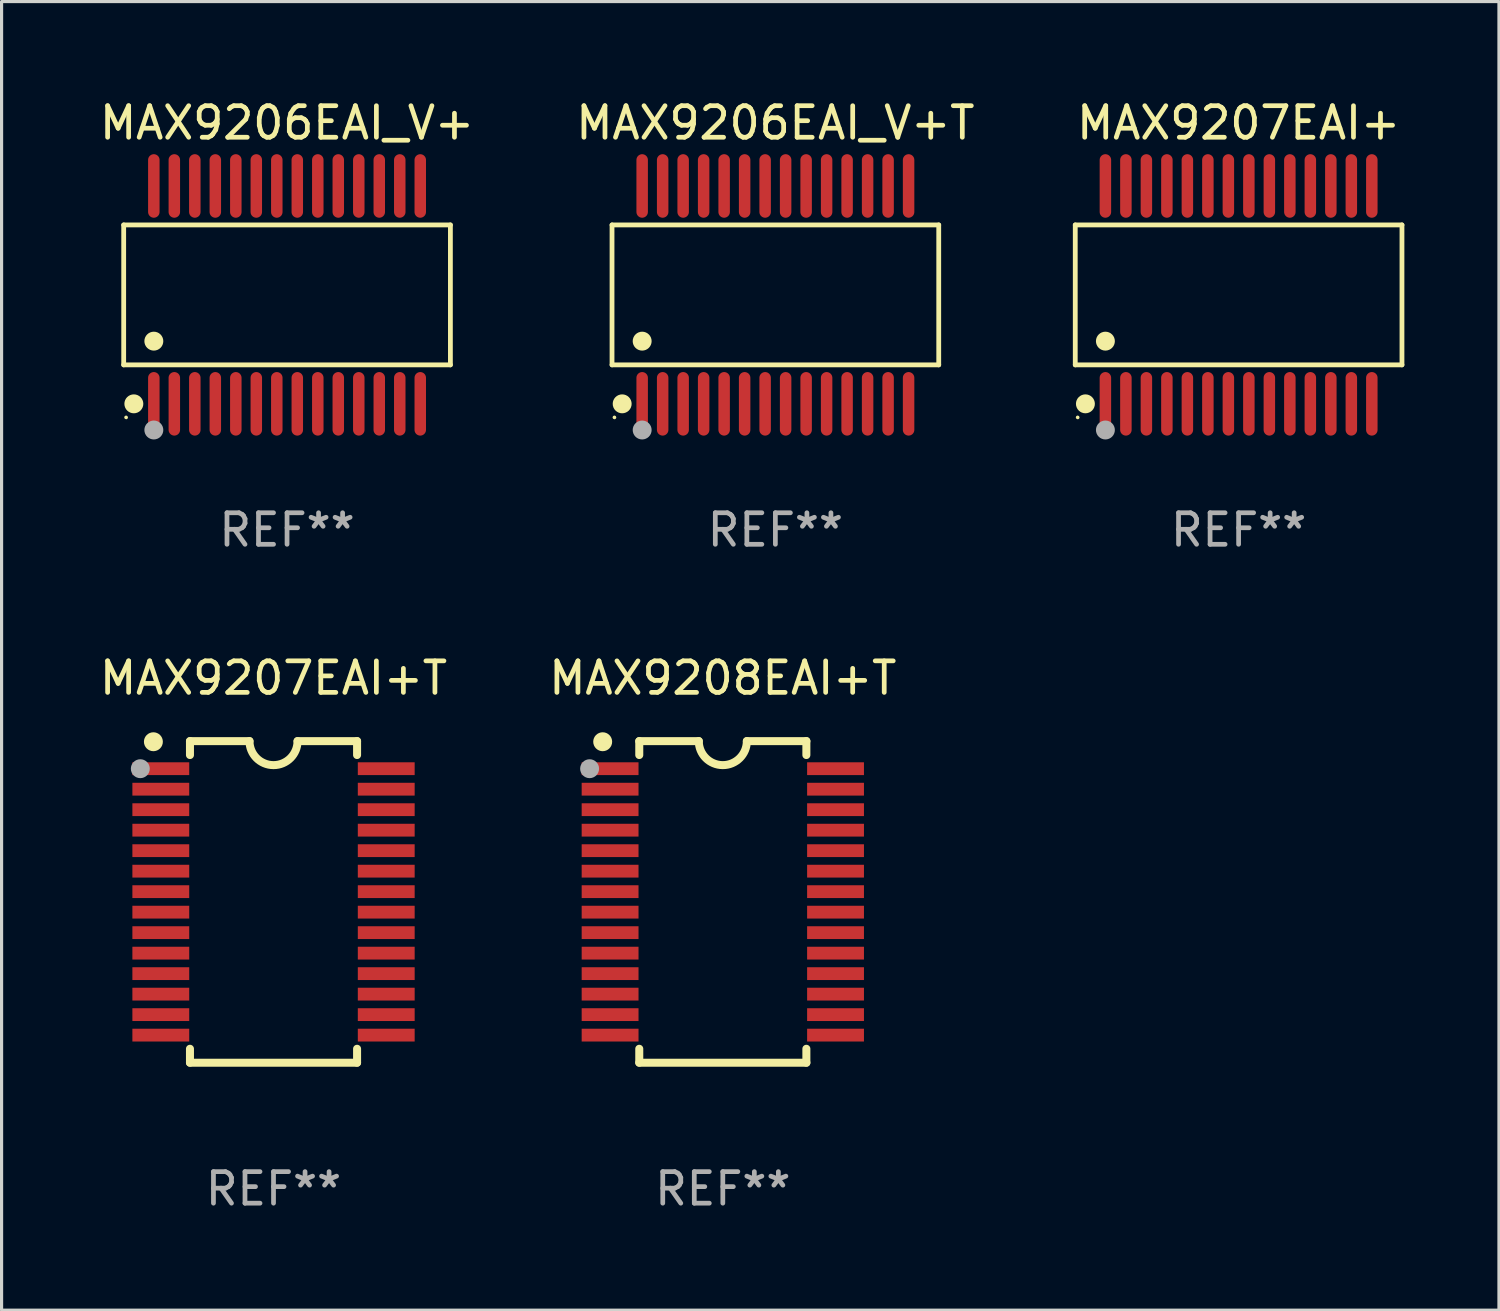
<source format=kicad_pcb>
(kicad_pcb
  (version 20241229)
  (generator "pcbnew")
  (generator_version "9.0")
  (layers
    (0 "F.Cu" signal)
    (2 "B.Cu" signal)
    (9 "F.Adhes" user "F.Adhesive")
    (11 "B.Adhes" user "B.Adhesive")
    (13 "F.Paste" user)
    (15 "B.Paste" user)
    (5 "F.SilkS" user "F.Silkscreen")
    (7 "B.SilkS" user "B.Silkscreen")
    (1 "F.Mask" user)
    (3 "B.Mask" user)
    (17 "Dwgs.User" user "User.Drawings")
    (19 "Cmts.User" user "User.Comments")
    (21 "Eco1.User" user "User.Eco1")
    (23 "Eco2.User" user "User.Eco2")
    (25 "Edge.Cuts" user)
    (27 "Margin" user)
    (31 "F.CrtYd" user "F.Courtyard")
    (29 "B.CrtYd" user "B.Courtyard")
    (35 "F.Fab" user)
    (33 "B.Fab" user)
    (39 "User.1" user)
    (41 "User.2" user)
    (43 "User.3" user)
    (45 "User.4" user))
  (footprint "MAX9208EAI+T"
    (layer "F.Cu")
    (at 19.875 25.555)
    (property "Reference" "MAX9208EAI+T" (at 0 -7.1 0) (layer "F.SilkS") (effects (font (size 1 1) (thickness 0.15))))
    (attr through_hole)
    (fp_line (start -2.65 -5.1) (end -0.762 -5.1) (stroke (width 0.254) (type solid)) (layer "F.SilkS"))
    (fp_line (start -2.65 -4.658) (end -2.65 -5.1) (stroke (width 0.254) (type solid)) (layer "F.SilkS"))
    (fp_line (start -2.65 5.1) (end -2.65 4.658) (stroke (width 0.254) (type solid)) (layer "F.SilkS"))
    (fp_line (start -2.65 5.1) (end 2.65 5.1) (stroke (width 0.254) (type solid)) (layer "F.SilkS"))
    (fp_line (start 2.65 -5.1) (end 0.762 -5.1) (stroke (width 0.254) (type solid)) (layer "F.SilkS"))
    (fp_line (start 2.65 -5.1) (end 2.65 -4.658) (stroke (width 0.254) (type solid)) (layer "F.SilkS"))
    (fp_line (start 2.65 4.658) (end 2.65 5.1) (stroke (width 0.254) (type solid)) (layer "F.SilkS"))
    (fp_arc (start 0.761925 -5.1) (mid -0.000241 -4.338329) (end -0.762077 -5.10033) (stroke (width 0.254001) (type solid)) (layer "F.SilkS"))
    (fp_circle (center -3.858 -5.07) (end -3.828 -5.07) (stroke (width 0.06) (type solid)) (fill no) (layer "F.SilkS"))
    (fp_circle (center -3.81 -5.08) (end -3.66 -5.08) (stroke (width 0.3) (type solid)) (fill no) (layer "F.SilkS"))
    (fp_circle (center -4.225 -4.225) (end -4.075 -4.225) (stroke (width 0.3) (type solid)) (fill no) (layer "F.Fab"))
    (fp_text user "REF**" (at 0 9.1 0) (layer "F.Fab") (effects (font (size 1 1) (thickness 0.15))))
    (pad "1" smd rect (at -3.575 -4.225) (size 1.803 0.406) (layers "F.Cu" "F.Mask" "F.Paste"))
    (pad "2" smd rect (at -3.575 -3.575) (size 1.803 0.406) (layers "F.Cu" "F.Mask" "F.Paste"))
    (pad "3" smd rect (at -3.575 -2.925) (size 1.803 0.406) (layers "F.Cu" "F.Mask" "F.Paste"))
    (pad "4" smd rect (at -3.575 -2.275) (size 1.803 0.406) (layers "F.Cu" "F.Mask" "F.Paste"))
    (pad "5" smd rect (at -3.575 -1.625) (size 1.803 0.406) (layers "F.Cu" "F.Mask" "F.Paste"))
    (pad "6" smd rect (at -3.575 -0.975) (size 1.803 0.406) (layers "F.Cu" "F.Mask" "F.Paste"))
    (pad "7" smd rect (at -3.575 -0.325) (size 1.803 0.406) (layers "F.Cu" "F.Mask" "F.Paste"))
    (pad "8" smd rect (at -3.575 0.325) (size 1.803 0.406) (layers "F.Cu" "F.Mask" "F.Paste"))
    (pad "9" smd rect (at -3.575 0.975) (size 1.803 0.406) (layers "F.Cu" "F.Mask" "F.Paste"))
    (pad "10" smd rect (at -3.575 1.625) (size 1.803 0.406) (layers "F.Cu" "F.Mask" "F.Paste"))
    (pad "11" smd rect (at -3.575 2.275) (size 1.803 0.406) (layers "F.Cu" "F.Mask" "F.Paste"))
    (pad "12" smd rect (at -3.575 2.925) (size 1.803 0.406) (layers "F.Cu" "F.Mask" "F.Paste"))
    (pad "13" smd rect (at -3.575 3.575) (size 1.803 0.406) (layers "F.Cu" "F.Mask" "F.Paste"))
    (pad "14" smd rect (at -3.575 4.225) (size 1.803 0.406) (layers "F.Cu" "F.Mask" "F.Paste"))
    (pad "15" smd rect (at 3.575 4.225) (size 1.803 0.406) (layers "F.Cu" "F.Mask" "F.Paste"))
    (pad "16" smd rect (at 3.575 3.575) (size 1.803 0.406) (layers "F.Cu" "F.Mask" "F.Paste"))
    (pad "17" smd rect (at 3.575 2.925) (size 1.803 0.406) (layers "F.Cu" "F.Mask" "F.Paste"))
    (pad "18" smd rect (at 3.575 2.275) (size 1.803 0.406) (layers "F.Cu" "F.Mask" "F.Paste"))
    (pad "19" smd rect (at 3.575 1.625) (size 1.803 0.406) (layers "F.Cu" "F.Mask" "F.Paste"))
    (pad "20" smd rect (at 3.575 0.975) (size 1.803 0.406) (layers "F.Cu" "F.Mask" "F.Paste"))
    (pad "21" smd rect (at 3.575 0.325) (size 1.803 0.406) (layers "F.Cu" "F.Mask" "F.Paste"))
    (pad "22" smd rect (at 3.575 -0.325) (size 1.803 0.406) (layers "F.Cu" "F.Mask" "F.Paste"))
    (pad "23" smd rect (at 3.575 -0.975) (size 1.803 0.406) (layers "F.Cu" "F.Mask" "F.Paste"))
    (pad "24" smd rect (at 3.575 -1.625) (size 1.803 0.406) (layers "F.Cu" "F.Mask" "F.Paste"))
    (pad "25" smd rect (at 3.575 -2.275) (size 1.803 0.406) (layers "F.Cu" "F.Mask" "F.Paste"))
    (pad "26" smd rect (at 3.575 -2.925) (size 1.803 0.406) (layers "F.Cu" "F.Mask" "F.Paste"))
    (pad "27" smd rect (at 3.575 -3.575) (size 1.803 0.406) (layers "F.Cu" "F.Mask" "F.Paste"))
    (pad "28" smd rect (at 3.575 -4.225) (size 1.803 0.406) (layers "F.Cu" "F.Mask" "F.Paste")))
  (footprint "MAX9207EAI+T"
    (layer "F.Cu")
    (at 5.625 25.555)
    (property "Reference" "MAX9207EAI+T" (at 0 -7.1 0) (layer "F.SilkS") (effects (font (size 1 1) (thickness 0.15))))
    (attr through_hole)
    (fp_line (start -2.65 -5.1) (end -0.762 -5.1) (stroke (width 0.254) (type solid)) (layer "F.SilkS"))
    (fp_line (start -2.65 -4.658) (end -2.65 -5.1) (stroke (width 0.254) (type solid)) (layer "F.SilkS"))
    (fp_line (start -2.65 5.1) (end -2.65 4.658) (stroke (width 0.254) (type solid)) (layer "F.SilkS"))
    (fp_line (start -2.65 5.1) (end 2.65 5.1) (stroke (width 0.254) (type solid)) (layer "F.SilkS"))
    (fp_line (start 2.65 -5.1) (end 0.762 -5.1) (stroke (width 0.254) (type solid)) (layer "F.SilkS"))
    (fp_line (start 2.65 -5.1) (end 2.65 -4.658) (stroke (width 0.254) (type solid)) (layer "F.SilkS"))
    (fp_line (start 2.65 4.658) (end 2.65 5.1) (stroke (width 0.254) (type solid)) (layer "F.SilkS"))
    (fp_arc (start 0.761925 -5.1) (mid -0.000241 -4.338329) (end -0.762077 -5.10033) (stroke (width 0.254001) (type solid)) (layer "F.SilkS"))
    (fp_circle (center -3.858 -5.07) (end -3.828 -5.07) (stroke (width 0.06) (type solid)) (fill no) (layer "F.SilkS"))
    (fp_circle (center -3.81 -5.08) (end -3.66 -5.08) (stroke (width 0.3) (type solid)) (fill no) (layer "F.SilkS"))
    (fp_circle (center -4.225 -4.225) (end -4.075 -4.225) (stroke (width 0.3) (type solid)) (fill no) (layer "F.Fab"))
    (fp_text user "REF**" (at 0 9.1 0) (layer "F.Fab") (effects (font (size 1 1) (thickness 0.15))))
    (pad "1" smd rect (at -3.575 -4.225) (size 1.803 0.406) (layers "F.Cu" "F.Mask" "F.Paste"))
    (pad "2" smd rect (at -3.575 -3.575) (size 1.803 0.406) (layers "F.Cu" "F.Mask" "F.Paste"))
    (pad "3" smd rect (at -3.575 -2.925) (size 1.803 0.406) (layers "F.Cu" "F.Mask" "F.Paste"))
    (pad "4" smd rect (at -3.575 -2.275) (size 1.803 0.406) (layers "F.Cu" "F.Mask" "F.Paste"))
    (pad "5" smd rect (at -3.575 -1.625) (size 1.803 0.406) (layers "F.Cu" "F.Mask" "F.Paste"))
    (pad "6" smd rect (at -3.575 -0.975) (size 1.803 0.406) (layers "F.Cu" "F.Mask" "F.Paste"))
    (pad "7" smd rect (at -3.575 -0.325) (size 1.803 0.406) (layers "F.Cu" "F.Mask" "F.Paste"))
    (pad "8" smd rect (at -3.575 0.325) (size 1.803 0.406) (layers "F.Cu" "F.Mask" "F.Paste"))
    (pad "9" smd rect (at -3.575 0.975) (size 1.803 0.406) (layers "F.Cu" "F.Mask" "F.Paste"))
    (pad "10" smd rect (at -3.575 1.625) (size 1.803 0.406) (layers "F.Cu" "F.Mask" "F.Paste"))
    (pad "11" smd rect (at -3.575 2.275) (size 1.803 0.406) (layers "F.Cu" "F.Mask" "F.Paste"))
    (pad "12" smd rect (at -3.575 2.925) (size 1.803 0.406) (layers "F.Cu" "F.Mask" "F.Paste"))
    (pad "13" smd rect (at -3.575 3.575) (size 1.803 0.406) (layers "F.Cu" "F.Mask" "F.Paste"))
    (pad "14" smd rect (at -3.575 4.225) (size 1.803 0.406) (layers "F.Cu" "F.Mask" "F.Paste"))
    (pad "15" smd rect (at 3.575 4.225) (size 1.803 0.406) (layers "F.Cu" "F.Mask" "F.Paste"))
    (pad "16" smd rect (at 3.575 3.575) (size 1.803 0.406) (layers "F.Cu" "F.Mask" "F.Paste"))
    (pad "17" smd rect (at 3.575 2.925) (size 1.803 0.406) (layers "F.Cu" "F.Mask" "F.Paste"))
    (pad "18" smd rect (at 3.575 2.275) (size 1.803 0.406) (layers "F.Cu" "F.Mask" "F.Paste"))
    (pad "19" smd rect (at 3.575 1.625) (size 1.803 0.406) (layers "F.Cu" "F.Mask" "F.Paste"))
    (pad "20" smd rect (at 3.575 0.975) (size 1.803 0.406) (layers "F.Cu" "F.Mask" "F.Paste"))
    (pad "21" smd rect (at 3.575 0.325) (size 1.803 0.406) (layers "F.Cu" "F.Mask" "F.Paste"))
    (pad "22" smd rect (at 3.575 -0.325) (size 1.803 0.406) (layers "F.Cu" "F.Mask" "F.Paste"))
    (pad "23" smd rect (at 3.575 -0.975) (size 1.803 0.406) (layers "F.Cu" "F.Mask" "F.Paste"))
    (pad "24" smd rect (at 3.575 -1.625) (size 1.803 0.406) (layers "F.Cu" "F.Mask" "F.Paste"))
    (pad "25" smd rect (at 3.575 -2.275) (size 1.803 0.406) (layers "F.Cu" "F.Mask" "F.Paste"))
    (pad "26" smd rect (at 3.575 -2.925) (size 1.803 0.406) (layers "F.Cu" "F.Mask" "F.Paste"))
    (pad "27" smd rect (at 3.575 -3.575) (size 1.803 0.406) (layers "F.Cu" "F.Mask" "F.Paste"))
    (pad "28" smd rect (at 3.575 -4.225) (size 1.803 0.406) (layers "F.Cu" "F.Mask" "F.Paste")))
  (footprint "MAX9206EAI_V+"
    (layer "F.Cu")
    (at 6.054 6.303)
    (property "Reference" "MAX9206EAI_V+" (at 0 -5.455 0) (layer "F.SilkS") (effects (font (size 1 1) (thickness 0.15))))
    (attr through_hole)
    (fp_line (start -5.181 -2.219) (end 5.181 -2.219) (stroke (width 0.152) (type solid)) (layer "F.SilkS"))
    (fp_line (start -5.181 2.219) (end -5.181 -2.219) (stroke (width 0.152) (type solid)) (layer "F.SilkS"))
    (fp_line (start 5.181 -2.219) (end 5.181 2.219) (stroke (width 0.152) (type solid)) (layer "F.SilkS"))
    (fp_line (start 5.181 2.219) (end -5.181 2.219) (stroke (width 0.152) (type solid)) (layer "F.SilkS"))
    (fp_circle (center -5.105 3.885) (end -5.075 3.885) (stroke (width 0.06) (type solid)) (fill no) (layer "F.SilkS"))
    (fp_circle (center -4.859 3.455) (end -4.709 3.455) (stroke (width 0.3) (type solid)) (fill no) (layer "F.SilkS"))
    (fp_circle (center -4.225 1.467) (end -4.075 1.467) (stroke (width 0.3) (type solid)) (fill no) (layer "F.SilkS"))
    (fp_circle (center -4.225 4.285) (end -4.075 4.285) (stroke (width 0.3) (type solid)) (fill no) (layer "F.Fab"))
    (fp_text user "REF**" (at 0 7.455 0) (layer "F.Fab") (effects (font (size 1 1) (thickness 0.15))))
    (pad "1" smd oval (at -4.225 3.455) (size 0.364 2.015) (layers "F.Cu" "F.Mask" "F.Paste"))
    (pad "2" smd oval (at -3.575 3.455) (size 0.364 2.015) (layers "F.Cu" "F.Mask" "F.Paste"))
    (pad "3" smd oval (at -2.925 3.455) (size 0.364 2.015) (layers "F.Cu" "F.Mask" "F.Paste"))
    (pad "4" smd oval (at -2.275 3.455) (size 0.364 2.015) (layers "F.Cu" "F.Mask" "F.Paste"))
    (pad "5" smd oval (at -1.625 3.455) (size 0.364 2.015) (layers "F.Cu" "F.Mask" "F.Paste"))
    (pad "6" smd oval (at -0.975 3.455) (size 0.364 2.015) (layers "F.Cu" "F.Mask" "F.Paste"))
    (pad "7" smd oval (at -0.325 3.455) (size 0.364 2.015) (layers "F.Cu" "F.Mask" "F.Paste"))
    (pad "8" smd oval (at 0.325 3.455) (size 0.364 2.015) (layers "F.Cu" "F.Mask" "F.Paste"))
    (pad "9" smd oval (at 0.975 3.455) (size 0.364 2.015) (layers "F.Cu" "F.Mask" "F.Paste"))
    (pad "10" smd oval (at 1.625 3.455) (size 0.364 2.015) (layers "F.Cu" "F.Mask" "F.Paste"))
    (pad "11" smd oval (at 2.275 3.455) (size 0.364 2.015) (layers "F.Cu" "F.Mask" "F.Paste"))
    (pad "12" smd oval (at 2.925 3.455) (size 0.364 2.015) (layers "F.Cu" "F.Mask" "F.Paste"))
    (pad "13" smd oval (at 3.575 3.455) (size 0.364 2.015) (layers "F.Cu" "F.Mask" "F.Paste"))
    (pad "14" smd oval (at 4.225 3.455) (size 0.364 2.015) (layers "F.Cu" "F.Mask" "F.Paste"))
    (pad "15" smd oval (at 4.225 -3.455) (size 0.364 2.015) (layers "F.Cu" "F.Mask" "F.Paste"))
    (pad "16" smd oval (at 3.575 -3.455) (size 0.364 2.015) (layers "F.Cu" "F.Mask" "F.Paste"))
    (pad "17" smd oval (at 2.925 -3.455) (size 0.364 2.015) (layers "F.Cu" "F.Mask" "F.Paste"))
    (pad "18" smd oval (at 2.275 -3.455) (size 0.364 2.015) (layers "F.Cu" "F.Mask" "F.Paste"))
    (pad "19" smd oval (at 1.625 -3.455) (size 0.364 2.015) (layers "F.Cu" "F.Mask" "F.Paste"))
    (pad "20" smd oval (at 0.975 -3.455) (size 0.364 2.015) (layers "F.Cu" "F.Mask" "F.Paste"))
    (pad "21" smd oval (at 0.325 -3.455) (size 0.364 2.015) (layers "F.Cu" "F.Mask" "F.Paste"))
    (pad "22" smd oval (at -0.325 -3.455) (size 0.364 2.015) (layers "F.Cu" "F.Mask" "F.Paste"))
    (pad "23" smd oval (at -0.975 -3.455) (size 0.364 2.015) (layers "F.Cu" "F.Mask" "F.Paste"))
    (pad "24" smd oval (at -1.625 -3.455) (size 0.364 2.015) (layers "F.Cu" "F.Mask" "F.Paste"))
    (pad "25" smd oval (at -2.275 -3.455) (size 0.364 2.015) (layers "F.Cu" "F.Mask" "F.Paste"))
    (pad "26" smd oval (at -2.925 -3.455) (size 0.364 2.015) (layers "F.Cu" "F.Mask" "F.Paste"))
    (pad "27" smd oval (at -3.575 -3.455) (size 0.364 2.015) (layers "F.Cu" "F.Mask" "F.Paste"))
    (pad "28" smd oval (at -4.225 -3.455) (size 0.364 2.015) (layers "F.Cu" "F.Mask" "F.Paste")))
  (footprint "MAX9206EAI_V+T"
    (layer "F.Cu")
    (at 21.542 6.303)
    (property "Reference" "MAX9206EAI_V+T" (at 0 -5.455 0) (layer "F.SilkS") (effects (font (size 1 1) (thickness 0.15))))
    (attr through_hole)
    (fp_line (start -5.181 -2.219) (end 5.181 -2.219) (stroke (width 0.152) (type solid)) (layer "F.SilkS"))
    (fp_line (start -5.181 2.219) (end -5.181 -2.219) (stroke (width 0.152) (type solid)) (layer "F.SilkS"))
    (fp_line (start 5.181 -2.219) (end 5.181 2.219) (stroke (width 0.152) (type solid)) (layer "F.SilkS"))
    (fp_line (start 5.181 2.219) (end -5.181 2.219) (stroke (width 0.152) (type solid)) (layer "F.SilkS"))
    (fp_circle (center -5.105 3.885) (end -5.075 3.885) (stroke (width 0.06) (type solid)) (fill no) (layer "F.SilkS"))
    (fp_circle (center -4.859 3.455) (end -4.709 3.455) (stroke (width 0.3) (type solid)) (fill no) (layer "F.SilkS"))
    (fp_circle (center -4.225 1.467) (end -4.075 1.467) (stroke (width 0.3) (type solid)) (fill no) (layer "F.SilkS"))
    (fp_circle (center -4.225 4.285) (end -4.075 4.285) (stroke (width 0.3) (type solid)) (fill no) (layer "F.Fab"))
    (fp_text user "REF**" (at 0 7.455 0) (layer "F.Fab") (effects (font (size 1 1) (thickness 0.15))))
    (pad "1" smd oval (at -4.225 3.455) (size 0.364 2.015) (layers "F.Cu" "F.Mask" "F.Paste"))
    (pad "2" smd oval (at -3.575 3.455) (size 0.364 2.015) (layers "F.Cu" "F.Mask" "F.Paste"))
    (pad "3" smd oval (at -2.925 3.455) (size 0.364 2.015) (layers "F.Cu" "F.Mask" "F.Paste"))
    (pad "4" smd oval (at -2.275 3.455) (size 0.364 2.015) (layers "F.Cu" "F.Mask" "F.Paste"))
    (pad "5" smd oval (at -1.625 3.455) (size 0.364 2.015) (layers "F.Cu" "F.Mask" "F.Paste"))
    (pad "6" smd oval (at -0.975 3.455) (size 0.364 2.015) (layers "F.Cu" "F.Mask" "F.Paste"))
    (pad "7" smd oval (at -0.325 3.455) (size 0.364 2.015) (layers "F.Cu" "F.Mask" "F.Paste"))
    (pad "8" smd oval (at 0.325 3.455) (size 0.364 2.015) (layers "F.Cu" "F.Mask" "F.Paste"))
    (pad "9" smd oval (at 0.975 3.455) (size 0.364 2.015) (layers "F.Cu" "F.Mask" "F.Paste"))
    (pad "10" smd oval (at 1.625 3.455) (size 0.364 2.015) (layers "F.Cu" "F.Mask" "F.Paste"))
    (pad "11" smd oval (at 2.275 3.455) (size 0.364 2.015) (layers "F.Cu" "F.Mask" "F.Paste"))
    (pad "12" smd oval (at 2.925 3.455) (size 0.364 2.015) (layers "F.Cu" "F.Mask" "F.Paste"))
    (pad "13" smd oval (at 3.575 3.455) (size 0.364 2.015) (layers "F.Cu" "F.Mask" "F.Paste"))
    (pad "14" smd oval (at 4.225 3.455) (size 0.364 2.015) (layers "F.Cu" "F.Mask" "F.Paste"))
    (pad "15" smd oval (at 4.225 -3.455) (size 0.364 2.015) (layers "F.Cu" "F.Mask" "F.Paste"))
    (pad "16" smd oval (at 3.575 -3.455) (size 0.364 2.015) (layers "F.Cu" "F.Mask" "F.Paste"))
    (pad "17" smd oval (at 2.925 -3.455) (size 0.364 2.015) (layers "F.Cu" "F.Mask" "F.Paste"))
    (pad "18" smd oval (at 2.275 -3.455) (size 0.364 2.015) (layers "F.Cu" "F.Mask" "F.Paste"))
    (pad "19" smd oval (at 1.625 -3.455) (size 0.364 2.015) (layers "F.Cu" "F.Mask" "F.Paste"))
    (pad "20" smd oval (at 0.975 -3.455) (size 0.364 2.015) (layers "F.Cu" "F.Mask" "F.Paste"))
    (pad "21" smd oval (at 0.325 -3.455) (size 0.364 2.015) (layers "F.Cu" "F.Mask" "F.Paste"))
    (pad "22" smd oval (at -0.325 -3.455) (size 0.364 2.015) (layers "F.Cu" "F.Mask" "F.Paste"))
    (pad "23" smd oval (at -0.975 -3.455) (size 0.364 2.015) (layers "F.Cu" "F.Mask" "F.Paste"))
    (pad "24" smd oval (at -1.625 -3.455) (size 0.364 2.015) (layers "F.Cu" "F.Mask" "F.Paste"))
    (pad "25" smd oval (at -2.275 -3.455) (size 0.364 2.015) (layers "F.Cu" "F.Mask" "F.Paste"))
    (pad "26" smd oval (at -2.925 -3.455) (size 0.364 2.015) (layers "F.Cu" "F.Mask" "F.Paste"))
    (pad "27" smd oval (at -3.575 -3.455) (size 0.364 2.015) (layers "F.Cu" "F.Mask" "F.Paste"))
    (pad "28" smd oval (at -4.225 -3.455) (size 0.364 2.015) (layers "F.Cu" "F.Mask" "F.Paste")))
  (footprint "MAX9207EAI+"
    (layer "F.Cu")
    (at 36.234 6.303)
    (property "Reference" "MAX9207EAI+" (at 0 -5.455 0) (layer "F.SilkS") (effects (font (size 1 1) (thickness 0.15))))
    (attr through_hole)
    (fp_line (start -5.181 -2.219) (end 5.181 -2.219) (stroke (width 0.152) (type solid)) (layer "F.SilkS"))
    (fp_line (start -5.181 2.219) (end -5.181 -2.219) (stroke (width 0.152) (type solid)) (layer "F.SilkS"))
    (fp_line (start 5.181 -2.219) (end 5.181 2.219) (stroke (width 0.152) (type solid)) (layer "F.SilkS"))
    (fp_line (start 5.181 2.219) (end -5.181 2.219) (stroke (width 0.152) (type solid)) (layer "F.SilkS"))
    (fp_circle (center -5.105 3.885) (end -5.075 3.885) (stroke (width 0.06) (type solid)) (fill no) (layer "F.SilkS"))
    (fp_circle (center -4.859 3.455) (end -4.709 3.455) (stroke (width 0.3) (type solid)) (fill no) (layer "F.SilkS"))
    (fp_circle (center -4.225 1.467) (end -4.075 1.467) (stroke (width 0.3) (type solid)) (fill no) (layer "F.SilkS"))
    (fp_circle (center -4.225 4.285) (end -4.075 4.285) (stroke (width 0.3) (type solid)) (fill no) (layer "F.Fab"))
    (fp_text user "REF**" (at 0 7.455 0) (layer "F.Fab") (effects (font (size 1 1) (thickness 0.15))))
    (pad "1" smd oval (at -4.225 3.455) (size 0.364 2.015) (layers "F.Cu" "F.Mask" "F.Paste"))
    (pad "2" smd oval (at -3.575 3.455) (size 0.364 2.015) (layers "F.Cu" "F.Mask" "F.Paste"))
    (pad "3" smd oval (at -2.925 3.455) (size 0.364 2.015) (layers "F.Cu" "F.Mask" "F.Paste"))
    (pad "4" smd oval (at -2.275 3.455) (size 0.364 2.015) (layers "F.Cu" "F.Mask" "F.Paste"))
    (pad "5" smd oval (at -1.625 3.455) (size 0.364 2.015) (layers "F.Cu" "F.Mask" "F.Paste"))
    (pad "6" smd oval (at -0.975 3.455) (size 0.364 2.015) (layers "F.Cu" "F.Mask" "F.Paste"))
    (pad "7" smd oval (at -0.325 3.455) (size 0.364 2.015) (layers "F.Cu" "F.Mask" "F.Paste"))
    (pad "8" smd oval (at 0.325 3.455) (size 0.364 2.015) (layers "F.Cu" "F.Mask" "F.Paste"))
    (pad "9" smd oval (at 0.975 3.455) (size 0.364 2.015) (layers "F.Cu" "F.Mask" "F.Paste"))
    (pad "10" smd oval (at 1.625 3.455) (size 0.364 2.015) (layers "F.Cu" "F.Mask" "F.Paste"))
    (pad "11" smd oval (at 2.275 3.455) (size 0.364 2.015) (layers "F.Cu" "F.Mask" "F.Paste"))
    (pad "12" smd oval (at 2.925 3.455) (size 0.364 2.015) (layers "F.Cu" "F.Mask" "F.Paste"))
    (pad "13" smd oval (at 3.575 3.455) (size 0.364 2.015) (layers "F.Cu" "F.Mask" "F.Paste"))
    (pad "14" smd oval (at 4.225 3.455) (size 0.364 2.015) (layers "F.Cu" "F.Mask" "F.Paste"))
    (pad "15" smd oval (at 4.225 -3.455) (size 0.364 2.015) (layers "F.Cu" "F.Mask" "F.Paste"))
    (pad "16" smd oval (at 3.575 -3.455) (size 0.364 2.015) (layers "F.Cu" "F.Mask" "F.Paste"))
    (pad "17" smd oval (at 2.925 -3.455) (size 0.364 2.015) (layers "F.Cu" "F.Mask" "F.Paste"))
    (pad "18" smd oval (at 2.275 -3.455) (size 0.364 2.015) (layers "F.Cu" "F.Mask" "F.Paste"))
    (pad "19" smd oval (at 1.625 -3.455) (size 0.364 2.015) (layers "F.Cu" "F.Mask" "F.Paste"))
    (pad "20" smd oval (at 0.975 -3.455) (size 0.364 2.015) (layers "F.Cu" "F.Mask" "F.Paste"))
    (pad "21" smd oval (at 0.325 -3.455) (size 0.364 2.015) (layers "F.Cu" "F.Mask" "F.Paste"))
    (pad "22" smd oval (at -0.325 -3.455) (size 0.364 2.015) (layers "F.Cu" "F.Mask" "F.Paste"))
    (pad "23" smd oval (at -0.975 -3.455) (size 0.364 2.015) (layers "F.Cu" "F.Mask" "F.Paste"))
    (pad "24" smd oval (at -1.625 -3.455) (size 0.364 2.015) (layers "F.Cu" "F.Mask" "F.Paste"))
    (pad "25" smd oval (at -2.275 -3.455) (size 0.364 2.015) (layers "F.Cu" "F.Mask" "F.Paste"))
    (pad "26" smd oval (at -2.925 -3.455) (size 0.364 2.015) (layers "F.Cu" "F.Mask" "F.Paste"))
    (pad "27" smd oval (at -3.575 -3.455) (size 0.364 2.015) (layers "F.Cu" "F.Mask" "F.Paste"))
    (pad "28" smd oval (at -4.225 -3.455) (size 0.364 2.015) (layers "F.Cu" "F.Mask" "F.Paste")))
  (gr_rect
    (start -3 -3)
    (end 44.491 38.503)
    (stroke (width 0.1) (type default))
    (fill no)
    (layer "Edge.Cuts")))
</source>
